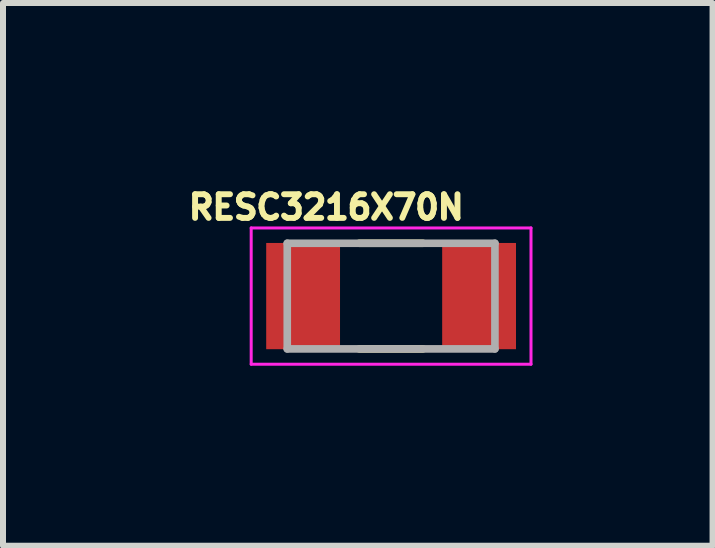
<source format=kicad_pcb>
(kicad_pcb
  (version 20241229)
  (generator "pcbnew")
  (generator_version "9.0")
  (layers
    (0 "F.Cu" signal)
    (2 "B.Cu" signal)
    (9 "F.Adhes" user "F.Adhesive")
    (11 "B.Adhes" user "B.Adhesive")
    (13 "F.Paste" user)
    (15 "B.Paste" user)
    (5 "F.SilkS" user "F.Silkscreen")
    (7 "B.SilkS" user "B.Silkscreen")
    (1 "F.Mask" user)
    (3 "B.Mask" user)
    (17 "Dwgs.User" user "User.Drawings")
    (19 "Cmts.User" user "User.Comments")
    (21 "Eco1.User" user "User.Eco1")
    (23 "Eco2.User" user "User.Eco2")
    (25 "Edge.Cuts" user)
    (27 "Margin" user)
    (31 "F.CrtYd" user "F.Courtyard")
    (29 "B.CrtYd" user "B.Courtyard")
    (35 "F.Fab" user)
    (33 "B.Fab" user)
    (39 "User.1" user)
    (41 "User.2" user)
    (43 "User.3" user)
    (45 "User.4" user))
  (footprint "RESC3216X70N"
    (layer "F.Cu")
    (at 3.466 1.883)
    (property "Reference" "RESC3216X70N" (at -1.08 -1.48 0) (layer "F.SilkS") (effects (font (size 0.394 0.394) (thickness 0.15))))
    (attr through_hole)
    (fp_line (start -0.53 -0.88) (end 0.53 -0.88) (stroke (width 0.127) (type solid)) (layer "F.SilkS"))
    (fp_line (start -0.53 0.88) (end 0.53 0.88) (stroke (width 0.127) (type solid)) (layer "F.SilkS"))
    (fp_line (start -2.331 -1.135) (end 2.331 -1.135) (stroke (width 0.05) (type solid)) (layer "F.CrtYd"))
    (fp_line (start -2.331 1.135) (end -2.331 -1.135) (stroke (width 0.05) (type solid)) (layer "F.CrtYd"))
    (fp_line (start -2.331 1.135) (end 2.331 1.135) (stroke (width 0.05) (type solid)) (layer "F.CrtYd"))
    (fp_line (start 2.331 1.135) (end 2.331 -1.135) (stroke (width 0.05) (type solid)) (layer "F.CrtYd"))
    (fp_line (start -1.73 0.88) (end -1.73 -0.88) (stroke (width 0.127) (type solid)) (layer "F.Fab"))
    (fp_line (start 1.73 -0.88) (end -1.73 -0.88) (stroke (width 0.127) (type solid)) (layer "F.Fab"))
    (fp_line (start 1.73 0.88) (end -1.73 0.88) (stroke (width 0.127) (type solid)) (layer "F.Fab"))
    (fp_line (start 1.73 0.88) (end 1.73 -0.88) (stroke (width 0.127) (type solid)) (layer "F.Fab"))
    (pad "1" smd rect (at -1.466 0) (size 1.23 1.77) (layers "F.Cu" "F.Mask" "F.Paste"))
    (pad "2" smd rect (at 1.466 0) (size 1.23 1.77) (layers "F.Cu" "F.Mask" "F.Paste")))
  (gr_rect
    (start -3 -3)
    (end 8.822 6.043)
    (stroke (width 0.1) (type default))
    (fill no)
    (layer "Edge.Cuts")))
</source>
